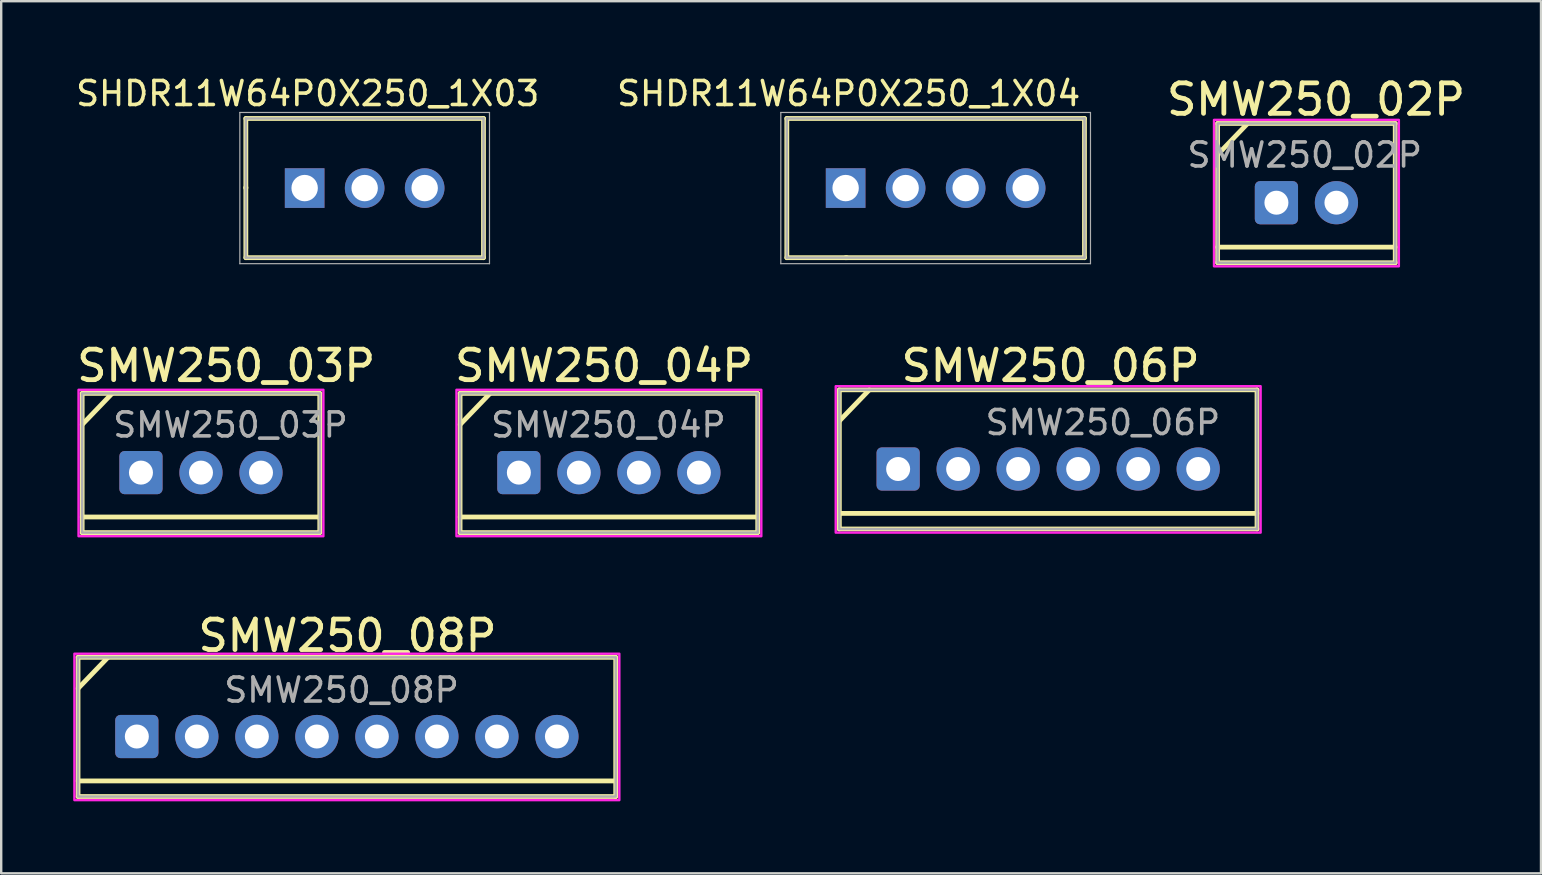
<source format=kicad_pcb>
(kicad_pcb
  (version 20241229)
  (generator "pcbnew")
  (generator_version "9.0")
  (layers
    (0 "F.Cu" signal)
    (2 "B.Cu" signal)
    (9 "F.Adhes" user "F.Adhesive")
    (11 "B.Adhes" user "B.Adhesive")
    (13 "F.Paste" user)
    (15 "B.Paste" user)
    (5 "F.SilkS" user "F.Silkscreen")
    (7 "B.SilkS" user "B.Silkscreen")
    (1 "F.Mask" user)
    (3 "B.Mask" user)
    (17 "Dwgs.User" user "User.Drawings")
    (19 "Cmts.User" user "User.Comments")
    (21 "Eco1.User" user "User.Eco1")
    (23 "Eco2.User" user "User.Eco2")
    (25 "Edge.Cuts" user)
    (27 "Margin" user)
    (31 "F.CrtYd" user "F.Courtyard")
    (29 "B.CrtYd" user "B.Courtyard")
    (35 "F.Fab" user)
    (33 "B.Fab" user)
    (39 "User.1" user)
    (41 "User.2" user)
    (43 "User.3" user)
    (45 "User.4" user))
  (footprint "SMW250_04P"
    (layer "F.Cu")
    (at 22.315 16.638)
    (property "Reference" "SMW250_04P" (at -0.2 -4.45 0) (layer "F.SilkS") (effects (font (size 1.27 1.27) (thickness 0.2))))
    (fp_line (start -6.2 -3.3) (end 6.2 -3.3) (stroke (width 0.2) (type solid)) (layer "F.SilkS"))
    (fp_line (start -6.2 -2) (end -4.95 -3.3) (stroke (width 0.2) (type solid)) (layer "F.SilkS"))
    (fp_line (start -6.2 1.85) (end 6.2 1.85) (stroke (width 0.2) (type solid)) (layer "F.SilkS"))
    (fp_line (start -6.2 2.5) (end -6.2 -3.3) (stroke (width 0.2) (type solid)) (layer "F.SilkS"))
    (fp_line (start -6.2 2.5) (end 6.2 2.5) (stroke (width 0.2) (type solid)) (layer "F.SilkS"))
    (fp_line (start 6.2 2.5) (end 6.2 -3.3) (stroke (width 0.2) (type solid)) (layer "F.SilkS"))
    (fp_rect (start -6.35 -3.45) (end 6.35 2.65) (stroke (width 0.1) (type default)) (fill no) (layer "F.CrtYd"))
    (fp_rect (start -6.2 -3.3) (end 6.2 2.5) (stroke (width 0.1) (type default)) (fill no) (layer "F.Fab"))
    (fp_text user "${REFERENCE}" (at -5 -1.4 0) (unlocked yes) (layer "F.Fab") (effects (font (size 1 1) (thickness 0.15)) (justify left bottom)))
    (pad "1" thru_hole roundrect (at -3.75 0) (size 1.8 1.8) (drill 1) (layers "*.Cu" "*.Mask") (roundrect_rratio 0.12))
    (pad "2" thru_hole circle (at -1.25 0) (size 1.8 1.8) (drill 1) (layers "*.Cu" "*.Mask"))
    (pad "3" thru_hole circle (at 1.25 0) (size 1.8 1.8) (drill 1) (layers "*.Cu" "*.Mask"))
    (pad "4" thru_hole circle (at 3.75 0) (size 1.8 1.8) (drill 1) (layers "*.Cu" "*.Mask")))
  (footprint "SMW250_02P"
    (layer "F.Cu")
    (at 51.373 5.394)
    (property "Reference" "SMW250_02P" (at 0.4 -4.3 0) (layer "F.SilkS") (effects (font (size 1.27 1.27) (thickness 0.2))))
    (fp_line (start -3.7 -3.3) (end 3.7 -3.3) (stroke (width 0.2) (type solid)) (layer "F.SilkS"))
    (fp_line (start -3.7 -2) (end -2.45 -3.3) (stroke (width 0.2) (type solid)) (layer "F.SilkS"))
    (fp_line (start -3.7 1.85) (end 3.7 1.85) (stroke (width 0.2) (type solid)) (layer "F.SilkS"))
    (fp_line (start -3.7 2.5) (end -3.7 -3.3) (stroke (width 0.2) (type solid)) (layer "F.SilkS"))
    (fp_line (start -3.7 2.5) (end 3.7 2.5) (stroke (width 0.2) (type solid)) (layer "F.SilkS"))
    (fp_line (start 3.7 2.5) (end 3.7 -3.3) (stroke (width 0.2) (type solid)) (layer "F.SilkS"))
    (fp_rect (start -3.85 -3.45) (end 3.85 2.65) (stroke (width 0.1) (type default)) (fill no) (layer "F.CrtYd"))
    (fp_rect (start -3.7 -3.3) (end 3.7 2.5) (stroke (width 0.1) (type default)) (fill no) (layer "F.Fab"))
    (fp_text user "${REFERENCE}" (at -5.05 -1.4 0) (unlocked yes) (layer "F.Fab") (effects (font (size 1 1) (thickness 0.15)) (justify left bottom)))
    (pad "1" thru_hole roundrect (at -1.25 0) (size 1.8 1.8) (drill 1) (layers "*.Cu" "*.Mask") (roundrect_rratio 0.12))
    (pad "2" thru_hole circle (at 1.25 0) (size 1.8 1.8) (drill 1) (layers "*.Cu" "*.Mask")))
  (footprint "SHDR11W64P0X250_1X04"
    (layer "F.Cu")
    (at 35.927 4.785)
    (property "Reference" "SHDR11W64P0X250_1X04" (at -3.623 -3.937 0) (layer "F.SilkS") (effects (font (size 1 1) (thickness 0.15))))
    (attr through_hole)
    (fp_line (start -6.2 -2.9) (end -6.2 2.9) (stroke (width 0.2) (type solid)) (layer "F.SilkS"))
    (fp_line (start -6.2 2.9) (end -3.75 2.9) (stroke (width 0.2) (type solid)) (layer "F.SilkS"))
    (fp_line (start -3.75 2.9) (end -3.7 2.9) (stroke (width 0.2) (type solid)) (layer "F.SilkS"))
    (fp_line (start -3.7 2.9) (end 6.2 2.9) (stroke (width 0.2) (type solid)) (layer "F.SilkS"))
    (fp_line (start 6.2 -2.9) (end -6.2 -2.9) (stroke (width 0.2) (type solid)) (layer "F.SilkS"))
    (fp_line (start 6.2 2.9) (end 6.2 -2.9) (stroke (width 0.2) (type solid)) (layer "F.SilkS"))
    (fp_line (start -6.45 -3.15) (end 6.45 -3.15) (stroke (width 0.05) (type solid)) (layer "F.Fab"))
    (fp_line (start -6.45 3.15) (end -6.45 -3.15) (stroke (width 0.05) (type solid)) (layer "F.Fab"))
    (fp_line (start -6.2 -2.9) (end 6.2 -2.9) (stroke (width 0.1) (type solid)) (layer "F.Fab"))
    (fp_line (start -6.2 2.9) (end -6.2 -2.9) (stroke (width 0.1) (type solid)) (layer "F.Fab"))
    (fp_line (start 6.2 -2.9) (end 6.2 2.9) (stroke (width 0.1) (type solid)) (layer "F.Fab"))
    (fp_line (start 6.2 2.9) (end -6.2 2.9) (stroke (width 0.1) (type solid)) (layer "F.Fab"))
    (fp_line (start 6.45 -3.15) (end 6.45 3.15) (stroke (width 0.05) (type solid)) (layer "F.Fab"))
    (fp_line (start 6.45 3.15) (end -6.45 3.15) (stroke (width 0.05) (type solid)) (layer "F.Fab"))
    (pad "1" thru_hole rect (at -3.75 0) (size 1.65 1.65) (drill 1.1) (layers "*.Cu" "*.Mask"))
    (pad "2" thru_hole circle (at -1.25 0) (size 1.65 1.65) (drill 1.1) (layers "*.Cu" "*.Mask"))
    (pad "3" thru_hole circle (at 1.25 0) (size 1.65 1.65) (drill 1.1) (layers "*.Cu" "*.Mask"))
    (pad "4" thru_hole circle (at 3.75 0) (size 1.65 1.65) (drill 1.1) (layers "*.Cu" "*.Mask")))
  (footprint "SMW250_08P"
    (layer "F.Cu")
    (at 11.4 27.632)
    (property "Reference" "SMW250_08P" (at 0.025 -4.2 0) (layer "F.SilkS") (effects (font (size 1.27 1.27) (thickness 0.2))))
    (fp_line (start -11.2 -3.3) (end 11.2 -3.3) (stroke (width 0.2) (type solid)) (layer "F.SilkS"))
    (fp_line (start -11.2 -2) (end -9.95 -3.3) (stroke (width 0.2) (type solid)) (layer "F.SilkS"))
    (fp_line (start -11.2 1.85) (end 11.2 1.85) (stroke (width 0.2) (type solid)) (layer "F.SilkS"))
    (fp_line (start -11.2 2.5) (end -11.2 -3.3) (stroke (width 0.2) (type solid)) (layer "F.SilkS"))
    (fp_line (start -11.2 2.5) (end 11.2 2.5) (stroke (width 0.2) (type solid)) (layer "F.SilkS"))
    (fp_line (start 11.2 2.5) (end 11.2 -3.3) (stroke (width 0.2) (type solid)) (layer "F.SilkS"))
    (fp_rect (start -11.35 -3.45) (end 11.35 2.65) (stroke (width 0.1) (type default)) (fill no) (layer "F.CrtYd"))
    (fp_rect (start -11.2 -3.3) (end 11.2 2.5) (stroke (width 0.1) (type default)) (fill no) (layer "F.Fab"))
    (fp_line (start -11.151 1.85) (end 10.951 1.85) (stroke (width 0.025) (type solid)) (layer "User.1"))
    (fp_text user "${REFERENCE}" (at -5.2 -1.35 0) (unlocked yes) (layer "F.Fab") (effects (font (size 1 1) (thickness 0.15)) (justify left bottom)))
    (pad "1" thru_hole roundrect (at -8.75 0) (size 1.8 1.8) (drill 1) (layers "*.Cu" "*.Mask") (roundrect_rratio 0.12))
    (pad "2" thru_hole circle (at -6.25 0) (size 1.8 1.8) (drill 1) (layers "*.Cu" "*.Mask"))
    (pad "3" thru_hole circle (at -3.75 0) (size 1.8 1.8) (drill 1) (layers "*.Cu" "*.Mask"))
    (pad "4" thru_hole circle (at -1.25 0) (size 1.8 1.8) (drill 1) (layers "*.Cu" "*.Mask"))
    (pad "5" thru_hole circle (at 1.25 0) (size 1.8 1.8) (drill 1) (layers "*.Cu" "*.Mask"))
    (pad "6" thru_hole circle (at 3.75 0) (size 1.8 1.8) (drill 1) (layers "*.Cu" "*.Mask"))
    (pad "7" thru_hole circle (at 6.25 0) (size 1.8 1.8) (drill 1) (layers "*.Cu" "*.Mask"))
    (pad "8" thru_hole circle (at 8.75 0) (size 1.8 1.8) (drill 1) (layers "*.Cu" "*.Mask")))
  (footprint "SHDR11W64P0X250_1X03"
    (layer "F.Cu")
    (at 12.141 4.785)
    (property "Reference" "SHDR11W64P0X250_1X03" (at -2.373 -3.937 0) (layer "F.SilkS") (effects (font (size 1 1) (thickness 0.15))))
    (attr through_hole)
    (fp_line (start -4.95 -2.9) (end -4.95 -0.03) (stroke (width 0.2) (type solid)) (layer "F.SilkS"))
    (fp_line (start -4.95 -0.03) (end -4.95 0) (stroke (width 0.2) (type solid)) (layer "F.SilkS"))
    (fp_line (start -4.95 0) (end -4.95 2.9) (stroke (width 0.2) (type solid)) (layer "F.SilkS"))
    (fp_line (start -4.95 2.9) (end 4.95 2.9) (stroke (width 0.2) (type solid)) (layer "F.SilkS"))
    (fp_line (start 4.95 -2.9) (end -4.95 -2.9) (stroke (width 0.2) (type solid)) (layer "F.SilkS"))
    (fp_line (start 4.95 2.9) (end 4.95 -2.9) (stroke (width 0.2) (type solid)) (layer "F.SilkS"))
    (fp_line (start -5.2 -3.15) (end 5.2 -3.15) (stroke (width 0.05) (type solid)) (layer "F.Fab"))
    (fp_line (start -5.2 3.15) (end -5.2 -3.15) (stroke (width 0.05) (type solid)) (layer "F.Fab"))
    (fp_line (start -4.95 -2.9) (end 4.95 -2.9) (stroke (width 0.1) (type solid)) (layer "F.Fab"))
    (fp_line (start -4.95 2.9) (end -4.95 -2.9) (stroke (width 0.1) (type solid)) (layer "F.Fab"))
    (fp_line (start 4.95 -2.9) (end 4.95 2.9) (stroke (width 0.1) (type solid)) (layer "F.Fab"))
    (fp_line (start 4.95 2.9) (end -4.95 2.9) (stroke (width 0.1) (type solid)) (layer "F.Fab"))
    (fp_line (start 5.2 -3.15) (end 5.2 3.15) (stroke (width 0.05) (type solid)) (layer "F.Fab"))
    (fp_line (start 5.2 3.15) (end -5.2 3.15) (stroke (width 0.05) (type solid)) (layer "F.Fab"))
    (pad "1" thru_hole rect (at -2.5 0) (size 1.65 1.65) (drill 1.1) (layers "*.Cu" "*.Mask"))
    (pad "2" thru_hole circle (at 0 0) (size 1.65 1.65) (drill 1.1) (layers "*.Cu" "*.Mask"))
    (pad "3" thru_hole circle (at 2.5 0) (size 1.65 1.65) (drill 1.1) (layers "*.Cu" "*.Mask")))
  (footprint "SMW250_06P"
    (layer "F.Cu")
    (at 40.615 16.488)
    (property "Reference" "SMW250_06P" (at 0.1 -4.3 0) (layer "F.SilkS") (effects (font (size 1.27 1.27) (thickness 0.2))))
    (fp_line (start -8.7 -3.3) (end 8.7 -3.3) (stroke (width 0.2) (type solid)) (layer "F.SilkS"))
    (fp_line (start -8.7 -2) (end -7.45 -3.3) (stroke (width 0.2) (type solid)) (layer "F.SilkS"))
    (fp_line (start -8.7 1.85) (end 8.7 1.85) (stroke (width 0.2) (type solid)) (layer "F.SilkS"))
    (fp_line (start -8.7 2.5) (end -8.7 -3.3) (stroke (width 0.2) (type solid)) (layer "F.SilkS"))
    (fp_line (start -8.7 2.5) (end 8.7 2.5) (stroke (width 0.2) (type solid)) (layer "F.SilkS"))
    (fp_line (start 8.7 2.5) (end 8.7 -3.3) (stroke (width 0.2) (type solid)) (layer "F.SilkS"))
    (fp_rect (start -8.85 -3.45) (end 8.85 2.65) (stroke (width 0.1) (type default)) (fill no) (layer "F.CrtYd"))
    (fp_rect (start -8.7 -3.3) (end 8.7 2.5) (stroke (width 0.1) (type default)) (fill no) (layer "F.Fab"))
    (fp_text user "${REFERENCE}" (at -2.7 -1.35 0) (unlocked yes) (layer "F.Fab") (effects (font (size 1 1) (thickness 0.15)) (justify left bottom)))
    (pad "1" thru_hole roundrect (at -6.25 0) (size 1.8 1.8) (drill 1) (layers "*.Cu" "*.Mask") (roundrect_rratio 0.12))
    (pad "2" thru_hole circle (at -3.75 0) (size 1.8 1.8) (drill 1) (layers "*.Cu" "*.Mask"))
    (pad "3" thru_hole circle (at -1.25 0) (size 1.8 1.8) (drill 1) (layers "*.Cu" "*.Mask"))
    (pad "4" thru_hole circle (at 1.25 0) (size 1.8 1.8) (drill 1) (layers "*.Cu" "*.Mask"))
    (pad "5" thru_hole circle (at 3.75 0) (size 1.8 1.8) (drill 1) (layers "*.Cu" "*.Mask"))
    (pad "6" thru_hole circle (at 6.25 0) (size 1.8 1.8) (drill 1) (layers "*.Cu" "*.Mask")))
  (footprint "SMW250_03P"
    (layer "F.Cu")
    (at 5.322 16.638)
    (property "Reference" "SMW250_03P" (at 1.05 -4.45 0) (layer "F.SilkS") (effects (font (size 1.27 1.27) (thickness 0.2))))
    (fp_line (start -4.95 -3.3) (end 4.95 -3.3) (stroke (width 0.2) (type solid)) (layer "F.SilkS"))
    (fp_line (start -4.95 -2) (end -3.7 -3.3) (stroke (width 0.2) (type solid)) (layer "F.SilkS"))
    (fp_line (start -4.95 1.85) (end 4.95 1.85) (stroke (width 0.2) (type solid)) (layer "F.SilkS"))
    (fp_line (start -4.95 2.5) (end -4.95 -3.3) (stroke (width 0.2) (type solid)) (layer "F.SilkS"))
    (fp_line (start -4.95 2.5) (end 4.95 2.5) (stroke (width 0.2) (type solid)) (layer "F.SilkS"))
    (fp_line (start 4.95 2.5) (end 4.95 -3.3) (stroke (width 0.2) (type solid)) (layer "F.SilkS"))
    (fp_rect (start -5.1 -3.45) (end 5.1 2.65) (stroke (width 0.1) (type default)) (fill no) (layer "F.CrtYd"))
    (fp_rect (start -4.95 -3.3) (end 4.95 2.5) (stroke (width 0.1) (type default)) (fill no) (layer "F.Fab"))
    (fp_text user "${REFERENCE}" (at -3.75 -1.4 0) (unlocked yes) (layer "F.Fab") (effects (font (size 1 1) (thickness 0.15)) (justify left bottom)))
    (pad "1" thru_hole roundrect (at -2.5 0) (size 1.8 1.8) (drill 1) (layers "*.Cu" "*.Mask") (roundrect_rratio 0.12))
    (pad "2" thru_hole circle (at 0 0) (size 1.8 1.8) (drill 1) (layers "*.Cu" "*.Mask"))
    (pad "3" thru_hole circle (at 2.5 0) (size 1.8 1.8) (drill 1) (layers "*.Cu" "*.Mask")))
  (gr_rect
    (start -3 -3)
    (end 61.145 33.332)
    (stroke (width 0.1) (type default))
    (fill no)
    (layer "Edge.Cuts")))
</source>
